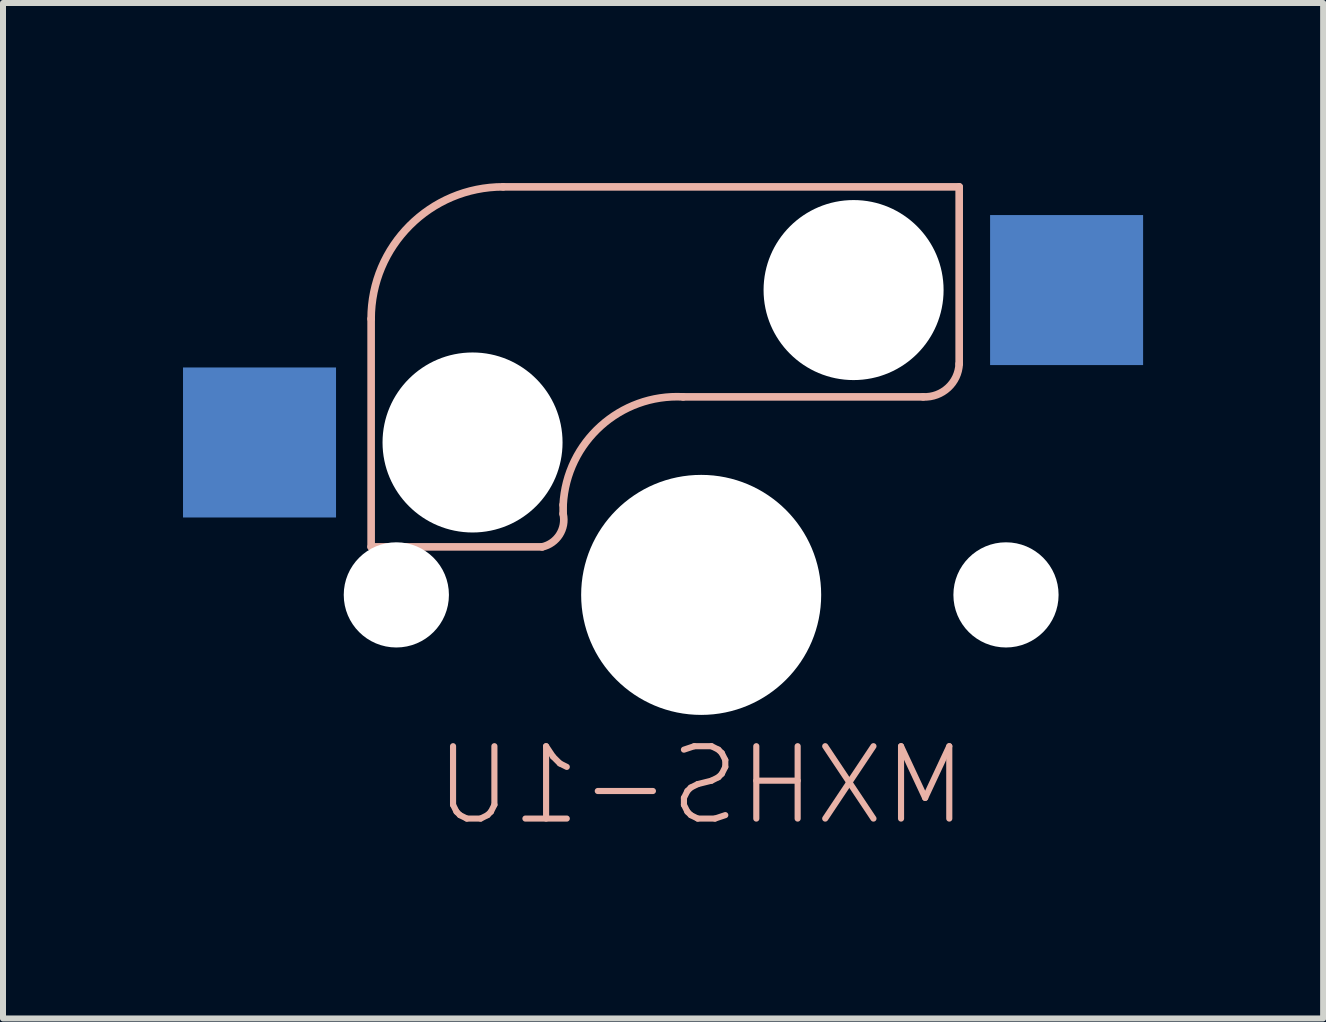
<source format=kicad_pcb>
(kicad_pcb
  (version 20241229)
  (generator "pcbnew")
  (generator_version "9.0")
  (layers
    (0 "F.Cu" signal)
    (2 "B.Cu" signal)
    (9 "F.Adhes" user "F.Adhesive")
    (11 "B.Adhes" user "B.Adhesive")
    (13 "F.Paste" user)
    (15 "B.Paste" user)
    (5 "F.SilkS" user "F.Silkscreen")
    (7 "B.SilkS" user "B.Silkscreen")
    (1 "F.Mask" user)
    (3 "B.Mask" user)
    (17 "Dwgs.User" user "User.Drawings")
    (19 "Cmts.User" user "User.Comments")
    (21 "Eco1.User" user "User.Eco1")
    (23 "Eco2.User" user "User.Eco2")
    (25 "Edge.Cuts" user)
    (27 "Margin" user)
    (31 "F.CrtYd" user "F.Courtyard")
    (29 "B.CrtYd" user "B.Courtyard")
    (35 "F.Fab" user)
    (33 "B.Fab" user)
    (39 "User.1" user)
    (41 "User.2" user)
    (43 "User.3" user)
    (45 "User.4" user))
  (footprint "MXHS-1U"
    (layer "F.Cu")
    (at 8.635 6.864)
    (property "Reference" "MXHS-1U" (at 0 3.175 0) (layer "B.SilkS") (effects (font (size 1.206 1.206) (thickness 0.102)) (justify mirror)))
    (attr through_hole)
    (fp_line (start -5.5 -0.8) (end -5.5 -4.6) (stroke (width 0.127) (type solid)) (layer "B.SilkS"))
    (fp_line (start -3.3 -6.8) (end 4.3 -6.8) (stroke (width 0.127) (type solid)) (layer "B.SilkS"))
    (fp_line (start -2.65 -0.8) (end -5.5 -0.8) (stroke (width 0.127) (type solid)) (layer "B.SilkS"))
    (fp_line (start -2.3 -1.5) (end -2.3 -1.35) (stroke (width 0.127) (type solid)) (layer "B.SilkS"))
    (fp_line (start 3.7 -3.3) (end -0.3 -3.3) (stroke (width 0.127) (type solid)) (layer "B.SilkS"))
    (fp_line (start 4.3 -6.8) (end 4.3 -3.85) (stroke (width 0.127) (type solid)) (layer "B.SilkS"))
    (fp_arc (start -5.5 -4.6) (mid -4.855635 -6.155635) (end -3.3 -6.8) (stroke (width 0.127) (type solid)) (layer "B.SilkS"))
    (fp_arc (start -2.3 -1.35) (mid -2.361091 -1.002513) (end -2.65 -0.8) (stroke (width 0.127) (type solid)) (layer "B.SilkS"))
    (fp_arc (start -2.299999 -1.499999) (mid -1.672792 -2.814213) (end -0.3 -3.3) (stroke (width 0.127) (type solid)) (layer "B.SilkS"))
    (fp_arc (start 4.3 -3.85) (mid 4.113909 -3.450736) (end 3.7 -3.3) (stroke (width 0.127) (type solid)) (layer "B.SilkS"))
    (pad "" np_thru_hole circle (at -5.08 0) (size 1.753 1.753) (drill 1.753) (layers "*.Cu"))
    (pad "" np_thru_hole circle (at -3.81 -2.54) (size 3 3) (drill 3) (layers "*.Cu"))
    (pad "" np_thru_hole circle (at 0 0) (size 4 4) (drill 4) (layers "*.Cu"))
    (pad "" np_thru_hole circle (at 2.54 -5.08) (size 3 3) (drill 3) (layers "*.Cu"))
    (pad "" np_thru_hole circle (at 5.08 0) (size 1.753 1.753) (drill 1.753) (layers "*.Cu"))
    (pad "MX1" smd rect (at -7.36 -2.54) (size 2.55 2.5) (layers "B.Cu" "B.Mask" "B.Paste"))
    (pad "MX2" smd rect (at 6.09 -5.08) (size 2.55 2.5) (layers "B.Cu" "B.Mask" "B.Paste")))
  (gr_rect
    (start -3 -3)
    (end 19 13.923)
    (stroke (width 0.1) (type default))
    (fill no)
    (layer "Edge.Cuts")))
</source>
